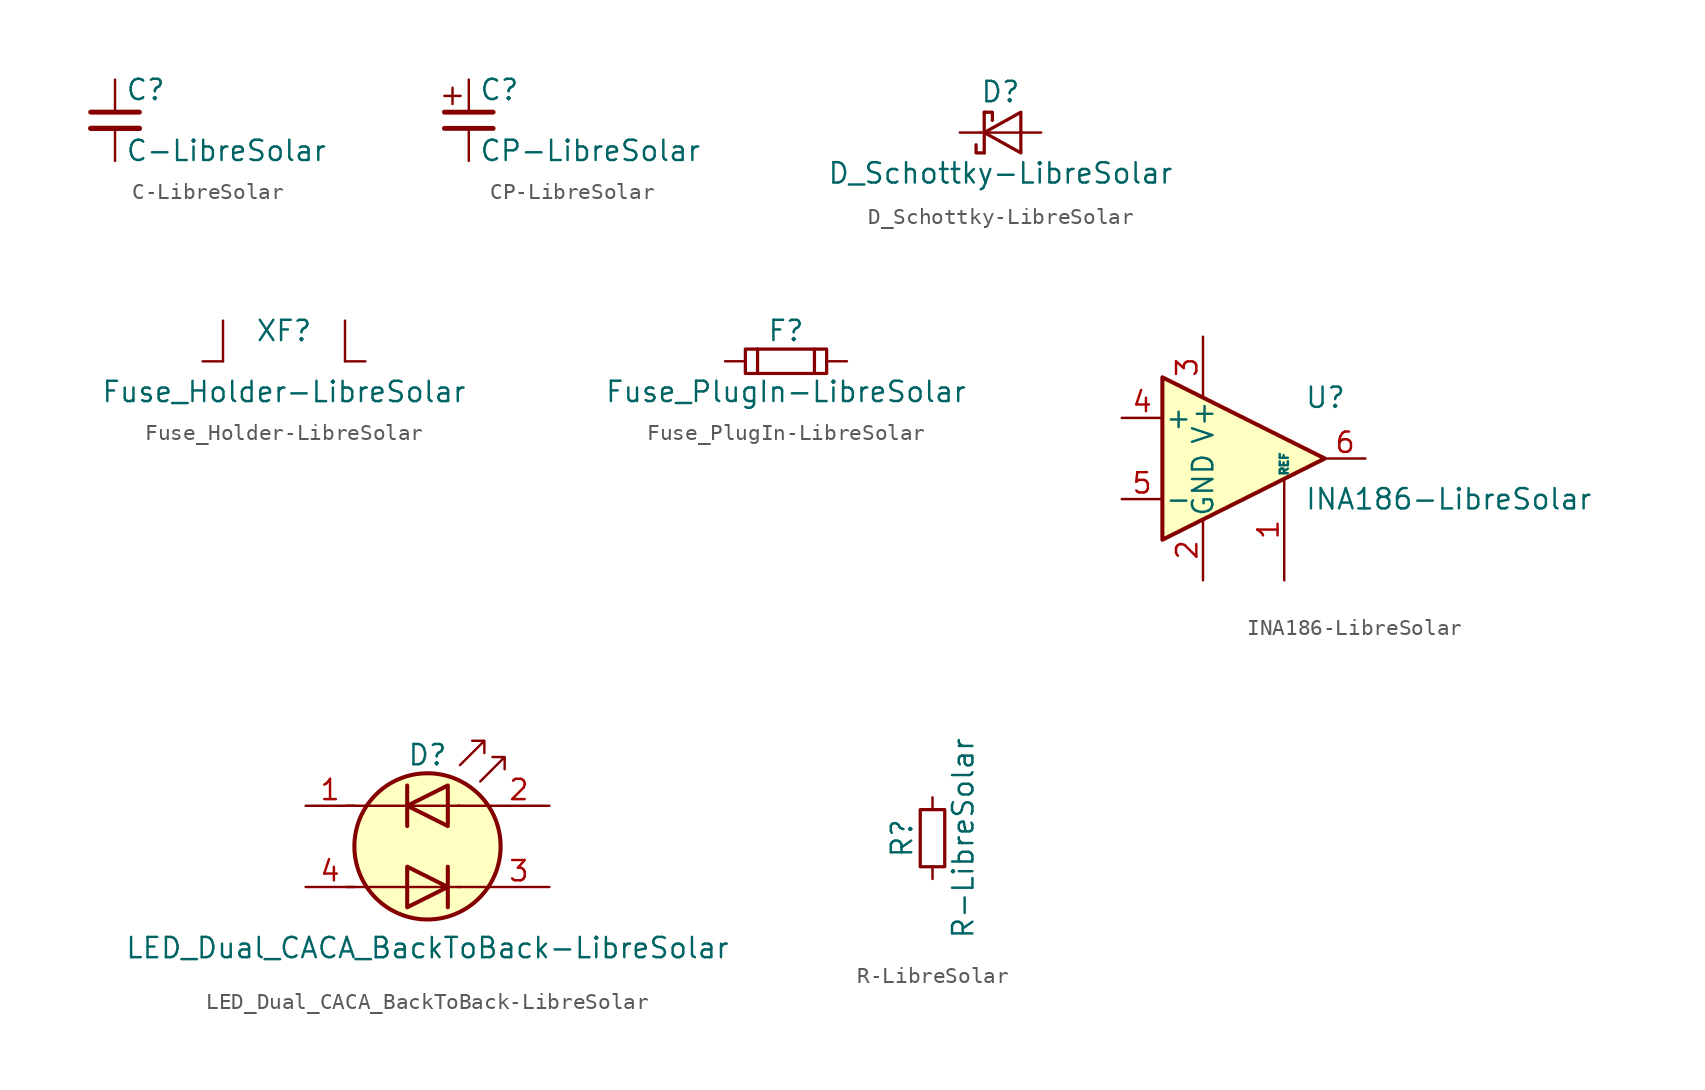
<source format=kicad_sym>
(kicad_symbol_lib
  (version 20211014)
  (generator kicad_symbol_editor)
  (symbol "C-LibreSolar"
    (pin_numbers hide)
    (pin_names
      (offset 0.254) hide)
    (property "Reference" "C"
      (at 0.635 1.905 0)
      (effects (font (size 1.27 1.27)) (justify left)))
    (property "Value" "C-LibreSolar"
      (at 0.635 -1.905 0)
      (effects (font (size 1.27 1.27)) (justify left)))
    (symbol "C-LibreSolar_0_1"
      (polyline (pts (xy -1.524 -0.508) (xy 1.524 -0.508)) (stroke (width 0.33) (type default) (color 0 0 0 0)) (fill (type none)))
      (polyline (pts (xy -1.524 0.508) (xy 0 0.508) (xy 1.524 0.508)) (stroke (width 0.305) (type default) (color 0 0 0 0)) (fill (type none))))
    (symbol "C-LibreSolar_1_1"
      (pin passive line (at 0 2.54 270) (length 1.905) (name "~" (effects (font (size 1.016 1.016)))) (number "1" (effects (font (size 1.016 1.016)))))
      (pin passive line (at 0 -2.54 90) (length 2.032) (name "~" (effects (font (size 1.016 1.016)))) (number "2" (effects (font (size 1.016 1.016)))))))
  (symbol "CP-LibreSolar"
    (pin_numbers hide)
    (pin_names
      (offset 0.254) hide)
    (property "Reference" "C"
      (at 0.635 1.905 0)
      (effects (font (size 1.27 1.27)) (justify left)))
    (property "Value" "CP-LibreSolar"
      (at 0.635 -1.905 0)
      (effects (font (size 1.27 1.27)) (justify left)))
    (symbol "CP-LibreSolar_0_0"
      (polyline (pts (xy -1.524 -0.508) (xy 1.524 -0.508)) (stroke (width 0.305) (type default) (color 0 0 0 0)) (fill (type none)))
      (polyline (pts (xy -1.524 0.508) (xy 1.524 0.508)) (stroke (width 0.305) (type default) (color 0 0 0 0)) (fill (type none))))
    (symbol "CP-LibreSolar_0_1"
      (polyline (pts (xy -1.524 1.524) (xy -0.508 1.524)) (stroke (width 0) (type default) (color 0 0 0 0)) (fill (type none)))
      (polyline (pts (xy -1.016 1.016) (xy -1.016 2.032)) (stroke (width 0) (type default) (color 0 0 0 0)) (fill (type none))))
    (symbol "CP-LibreSolar_1_1"
      (pin passive line (at 0 2.54 270) (length 2.032) (name "~" (effects (font (size 1.016 1.016)))) (number "1" (effects (font (size 1.016 1.016)))))
      (pin passive line (at 0 -2.54 90) (length 2.032) (name "~" (effects (font (size 1.016 1.016)))) (number "2" (effects (font (size 1.016 1.016)))))))
  (symbol "D_Schottky-LibreSolar"
    (pin_numbers hide)
    (pin_names
      (offset 0.254) hide)
    (property "Reference" "D"
      (at 0 2.54 0)
      (effects (font (size 1.27 1.27))))
    (property "Value" "D_Schottky-LibreSolar"
      (at 0 -2.54 0)
      (effects (font (size 1.27 1.27))))
    (symbol "D_Schottky-LibreSolar_0_1"
      (polyline (pts (xy -1.016 -1.27) (xy -1.016 1.27)) (stroke (width 0.203) (type default) (color 0 0 0 0)) (fill (type none)))
      (polyline (pts (xy 1.27 0) (xy -1.27 0)) (stroke (width 0) (type default) (color 0 0 0 0)) (fill (type none)))
      (polyline (pts (xy -1.016 -1.27) (xy -1.524 -1.27) (xy -1.524 -0.762)) (stroke (width 0.203) (type default) (color 0 0 0 0)) (fill (type none)))
      (polyline (pts (xy -1.016 1.27) (xy -0.508 1.27) (xy -0.508 0.762)) (stroke (width 0.203) (type default) (color 0 0 0 0)) (fill (type none)))
      (polyline (pts (xy 1.27 -1.27) (xy -1.016 0) (xy 1.27 1.27) (xy 1.27 -1.27)) (stroke (width 0.203) (type default) (color 0 0 0 0)) (fill (type none))))
    (symbol "D_Schottky-LibreSolar_1_1"
      (pin passive line (at -2.54 0 0) (length 1.27) (name "K" (effects (font (size 1.27 1.27)))) (number "1" (effects (font (size 1.27 1.27)))))
      (pin passive line (at 2.54 0 180) (length 1.27) (name "A" (effects (font (size 1.27 1.27)))) (number "2" (effects (font (size 1.27 1.27)))))))
  (symbol "Fuse_Holder-LibreSolar"
    (pin_numbers hide)
    (pin_names
      (offset 0.254) hide)
    (property "Reference" "XF"
      (at 0 1.905 0)
      (effects (font (size 1.27 1.27))))
    (property "Value" "Fuse_Holder-LibreSolar"
      (at 0 -1.905 0)
      (effects (font (size 1.27 1.27))))
    (symbol "Fuse_Holder-LibreSolar_0_1"
      (polyline (pts (xy -3.81 0) (xy -3.81 2.54)) (stroke (width 0) (type default) (color 0 0 0 0)) (fill (type none)))
      (polyline (pts (xy 3.81 0) (xy 3.81 2.54)) (stroke (width 0) (type default) (color 0 0 0 0)) (fill (type none))))
    (symbol "Fuse_Holder-LibreSolar_1_1"
      (pin passive line (at -5.08 0 0) (length 1.27) (name "~" (effects (font (size 1.016 1.016)))) (number "1" (effects (font (size 1.016 1.016)))))
      (pin passive line (at 5.08 0 180) (length 1.27) (name "~" (effects (font (size 1.016 1.016)))) (number "2" (effects (font (size 1.016 1.016)))))))
  (symbol "Fuse_PlugIn-LibreSolar"
    (pin_numbers hide)
    (pin_names
      (offset 0.254) hide)
    (property "Reference" "F"
      (at 0 1.905 0)
      (effects (font (size 1.27 1.27))))
    (property "Value" "Fuse_PlugIn-LibreSolar"
      (at 0 -1.905 0)
      (effects (font (size 1.27 1.27))))
    (symbol "Fuse_PlugIn-LibreSolar_0_1"
      (rectangle (start -2.54 0.762) (end 2.54 -0.762) (stroke (width 0.203) (type default) (color 0 0 0 0)) (fill (type none)))
      (polyline (pts (xy -3.81 0) (xy -2.54 0)) (stroke (width 0) (type default) (color 0 0 0 0)) (fill (type none)))
      (polyline (pts (xy -1.778 0.762) (xy -1.778 -0.762)) (stroke (width 0.203) (type default) (color 0 0 0 0)) (fill (type none)))
      (polyline (pts (xy 1.778 0.762) (xy 1.778 -0.762)) (stroke (width 0.203) (type default) (color 0 0 0 0)) (fill (type none)))
      (polyline (pts (xy 2.54 0) (xy 3.81 0)) (stroke (width 0) (type default) (color 0 0 0 0)) (fill (type none)))))
  (symbol "INA186-LibreSolar"
    (pin_names
      (offset 0.127))
    (property "Reference" "U"
      (at 3.81 3.81 0)
      (effects (font (size 1.27 1.27)) (justify left)))
    (property "Value" "INA186-LibreSolar"
      (at 3.81 -2.54 0)
      (effects (font (size 1.27 1.27)) (justify left)))
    (symbol "INA186-LibreSolar_0_1"
      (polyline (pts (xy 5.08 0) (xy -5.08 5.08) (xy -5.08 -5.08) (xy 5.08 0)) (stroke (width 0.254) (type default) (color 0 0 0 0)) (fill (type background))))
    (symbol "INA186-LibreSolar_1_1"
      (pin input line (at 2.54 -7.62 90) (length 6.35) (name "REF" (effects (font (size 0.508 0.508)))) (number "1" (effects (font (size 1.27 1.27)))))
      (pin power_in line (at -2.54 -7.62 90) (length 3.81) (name "GND" (effects (font (size 1.27 1.27)))) (number "2" (effects (font (size 1.27 1.27)))))
      (pin power_in line (at -2.54 7.62 270) (length 3.81) (name "V+" (effects (font (size 1.27 1.27)))) (number "3" (effects (font (size 1.27 1.27)))))
      (pin input line (at -7.62 2.54 0) (length 2.54) (name "+" (effects (font (size 1.27 1.27)))) (number "4" (effects (font (size 1.27 1.27)))))
      (pin input line (at -7.62 -2.54 0) (length 2.54) (name "-" (effects (font (size 1.27 1.27)))) (number "5" (effects (font (size 1.27 1.27)))))
      (pin output line (at 7.62 0 180) (length 2.54) (name "~" (effects (font (size 1.27 1.27)))) (number "6" (effects (font (size 1.27 1.27)))))))
  (symbol "LED_Dual_CACA_BackToBack-LibreSolar"
    (pin_names
      (offset 0) hide)
    (property "Reference" "D"
      (at 0 5.715 0)
      (effects (font (size 1.27 1.27))))
    (property "Value" "LED_Dual_CACA_BackToBack-LibreSolar"
      (at 0 -6.35 0)
      (effects (font (size 1.27 1.27))))
    (symbol "LED_Dual_CACA_BackToBack-LibreSolar_0_1"
      (polyline (pts (xy -5.08 -2.54) (xy 2.032 -2.54)) (stroke (width 0) (type default) (color 0 0 0 0)) (fill (type none)))
      (polyline (pts (xy -5.08 2.54) (xy 2.032 2.54)) (stroke (width 0) (type default) (color 0 0 0 0)) (fill (type none)))
      (polyline (pts (xy -1.27 3.81) (xy -1.27 1.27)) (stroke (width 0.254) (type default) (color 0 0 0 0)) (fill (type none)))
      (polyline (pts (xy 1.27 -1.27) (xy 1.27 -3.81)) (stroke (width 0.254) (type default) (color 0 0 0 0)) (fill (type none)))
      (polyline (pts (xy 3.81 -2.54) (xy 1.905 -2.54)) (stroke (width 0) (type default) (color 0 0 0 0)) (fill (type none)))
      (polyline (pts (xy 3.81 2.54) (xy 1.905 2.54)) (stroke (width 0) (type default) (color 0 0 0 0)) (fill (type none)))
      (polyline (pts (xy -1.27 -3.81) (xy -1.27 -1.27) (xy 1.27 -2.54) (xy -1.27 -3.81)) (stroke (width 0.254) (type default) (color 0 0 0 0)) (fill (type none)))
      (polyline (pts (xy 1.27 3.81) (xy 1.27 1.27) (xy -1.27 2.54) (xy 1.27 3.81)) (stroke (width 0.254) (type default) (color 0 0 0 0)) (fill (type none)))
      (polyline (pts (xy 2.032 5.08) (xy 3.556 6.604) (xy 2.794 6.604) (xy 3.556 6.604) (xy 3.556 5.842)) (stroke (width 0) (type default) (color 0 0 0 0)) (fill (type none)))
      (polyline (pts (xy 3.302 4.064) (xy 4.826 5.588) (xy 4.064 5.588) (xy 4.826 5.588) (xy 4.826 4.826)) (stroke (width 0) (type default) (color 0 0 0 0)) (fill (type none)))
      (circle (center 0 0) (radius 4.572) (stroke (width 0.254) (type default) (color 0 0 0 0)) (fill (type background))))
    (symbol "LED_Dual_CACA_BackToBack-LibreSolar_1_1"
      (pin input line (at -7.62 2.54 0) (length 3.048) (name "A1" (effects (font (size 1.27 1.27)))) (number "1" (effects (font (size 1.27 1.27)))))
      (pin input line (at 7.62 2.54 180) (length 3.81) (name "K1" (effects (font (size 1.27 1.27)))) (number "2" (effects (font (size 1.27 1.27)))))
      (pin input line (at 7.62 -2.54 180) (length 3.81) (name "A2" (effects (font (size 1.27 1.27)))) (number "3" (effects (font (size 1.27 1.27)))))
      (pin input line (at -7.62 -2.54 0) (length 3.048) (name "K2" (effects (font (size 1.27 1.27)))) (number "4" (effects (font (size 1.27 1.27)))))))
  (symbol "R-LibreSolar"
    (pin_numbers hide)
    (pin_names
      (offset 0.254) hide)
    (property "Reference" "R"
      (at -1.905 0 90)
      (effects (font (size 1.27 1.27))))
    (property "Value" "R-LibreSolar"
      (at 1.905 0 90)
      (effects (font (size 1.27 1.27))))
    (symbol "R-LibreSolar_0_1"
      (rectangle (start -0.762 1.778) (end 0.762 -1.778) (stroke (width 0.203) (type default) (color 0 0 0 0)) (fill (type none))))
    (symbol "R-LibreSolar_1_1"
      (pin passive line (at 0 2.54 270) (length 0.762) (name "~" (effects (font (size 1.016 1.016)))) (number "1" (effects (font (size 1.016 1.016)))))
      (pin passive line (at 0 -2.54 90) (length 0.762) (name "~" (effects (font (size 1.016 1.016)))) (number "2" (effects (font (size 1.016 1.016))))))))
</source>
